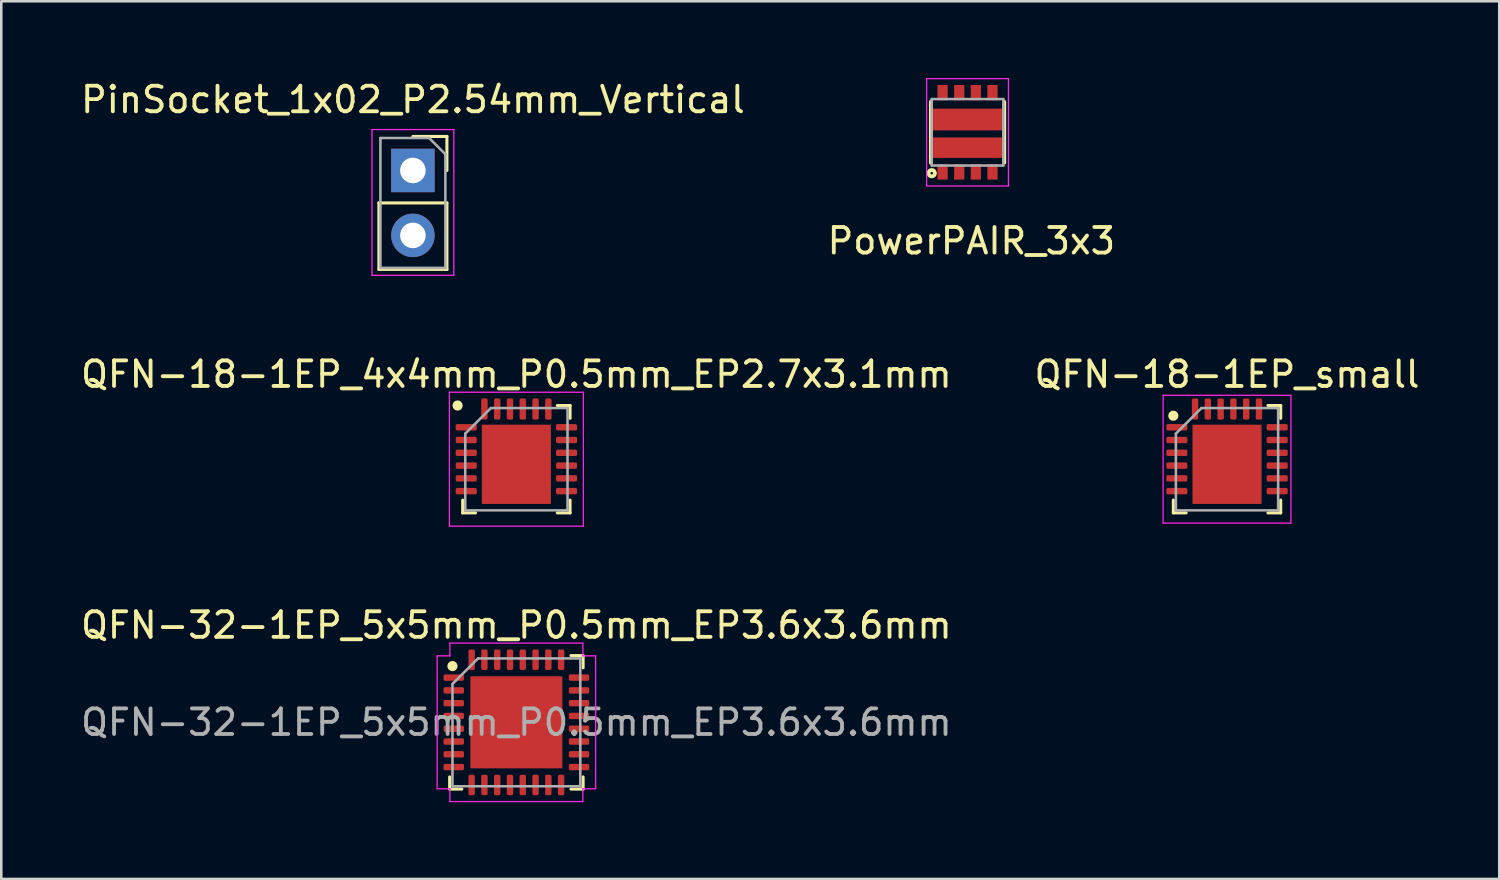
<source format=kicad_pcb>
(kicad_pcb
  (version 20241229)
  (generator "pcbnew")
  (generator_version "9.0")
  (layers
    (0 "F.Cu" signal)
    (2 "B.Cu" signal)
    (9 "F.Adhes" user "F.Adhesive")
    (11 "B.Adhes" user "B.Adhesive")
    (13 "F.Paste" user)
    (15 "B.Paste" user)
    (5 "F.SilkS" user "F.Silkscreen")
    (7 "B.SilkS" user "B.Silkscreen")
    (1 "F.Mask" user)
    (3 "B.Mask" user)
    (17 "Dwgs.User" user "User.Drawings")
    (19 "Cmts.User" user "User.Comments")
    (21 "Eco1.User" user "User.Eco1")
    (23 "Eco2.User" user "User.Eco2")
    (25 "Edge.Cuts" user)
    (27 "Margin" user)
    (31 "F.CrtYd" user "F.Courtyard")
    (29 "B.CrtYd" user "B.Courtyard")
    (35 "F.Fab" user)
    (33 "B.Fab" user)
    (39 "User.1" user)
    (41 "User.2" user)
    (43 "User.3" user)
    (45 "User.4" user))
  (footprint "QFN-32-1EP_5x5mm_P0.5mm_EP3.6x3.6mm"
    (layer "F.Cu")
    (at 17.149 25.205)
    (property "Reference" "QFN-32-1EP_5x5mm_P0.5mm_EP3.6x3.6mm" (at 0 -3.8 0) (layer "F.SilkS") (effects (font (size 1 1) (thickness 0.15))))
    (attr smd)
    (fp_line (start -2.61 2.61) (end -2.61 2.135) (stroke (width 0.12) (type solid)) (layer "F.SilkS"))
    (fp_line (start -2.135 2.61) (end -2.61 2.61) (stroke (width 0.12) (type solid)) (layer "F.SilkS"))
    (fp_line (start 2.135 -2.61) (end 2.61 -2.61) (stroke (width 0.12) (type solid)) (layer "F.SilkS"))
    (fp_line (start 2.135 2.61) (end 2.61 2.61) (stroke (width 0.12) (type solid)) (layer "F.SilkS"))
    (fp_line (start 2.61 -2.61) (end 2.61 -2.135) (stroke (width 0.12) (type solid)) (layer "F.SilkS"))
    (fp_line (start 2.61 2.61) (end 2.61 2.135) (stroke (width 0.12) (type solid)) (layer "F.SilkS"))
    (fp_circle (center -2.5 -2.2) (end -2.4 -2.2) (stroke (width 0.2) (type solid)) (fill no) (layer "F.SilkS"))
    (fp_line (start -3.1 -2.6) (end -3.1 2.6) (stroke (width 0.05) (type solid)) (layer "F.CrtYd"))
    (fp_line (start -3.1 -2.6) (end -2.6 -2.6) (stroke (width 0.05) (type solid)) (layer "F.CrtYd"))
    (fp_line (start -2.6 -3.1) (end -2.6 -2.6) (stroke (width 0.05) (type solid)) (layer "F.CrtYd"))
    (fp_line (start -2.6 2.6) (end -3.1 2.6) (stroke (width 0.05) (type solid)) (layer "F.CrtYd"))
    (fp_line (start -2.6 3.1) (end -2.6 2.6) (stroke (width 0.05) (type solid)) (layer "F.CrtYd"))
    (fp_line (start -2.6 3.1) (end 2.6 3.1) (stroke (width 0.05) (type solid)) (layer "F.CrtYd"))
    (fp_line (start 2.6 -3.1) (end -2.6 -3.1) (stroke (width 0.05) (type solid)) (layer "F.CrtYd"))
    (fp_line (start 2.6 -3.1) (end 2.6 -2.6) (stroke (width 0.05) (type solid)) (layer "F.CrtYd"))
    (fp_line (start 2.6 3.1) (end 2.6 2.6) (stroke (width 0.05) (type solid)) (layer "F.CrtYd"))
    (fp_line (start 3.1 -2.6) (end 2.6 -2.6) (stroke (width 0.05) (type solid)) (layer "F.CrtYd"))
    (fp_line (start 3.1 2.6) (end 2.6 2.6) (stroke (width 0.05) (type solid)) (layer "F.CrtYd"))
    (fp_line (start 3.1 2.6) (end 3.1 -2.6) (stroke (width 0.05) (type solid)) (layer "F.CrtYd"))
    (fp_line (start -2.5 -1.5) (end -1.5 -2.5) (stroke (width 0.1) (type solid)) (layer "F.Fab"))
    (fp_line (start -2.5 2.5) (end -2.5 -1.5) (stroke (width 0.1) (type solid)) (layer "F.Fab"))
    (fp_line (start -1.5 -2.5) (end 2.5 -2.5) (stroke (width 0.1) (type solid)) (layer "F.Fab"))
    (fp_line (start 2.5 -2.5) (end 2.5 2.5) (stroke (width 0.1) (type solid)) (layer "F.Fab"))
    (fp_line (start 2.5 2.5) (end -2.5 2.5) (stroke (width 0.1) (type solid)) (layer "F.Fab"))
    (fp_text user "${REFERENCE}" (at 0 0 0) (layer "F.Fab") (effects (font (size 1 1) (thickness 0.15))))
    (pad "" smd roundrect (at -1.2 -1.2) (size 0.97 0.97) (layers "F.Paste") (roundrect_rratio 0.25))
    (pad "" smd roundrect (at -1.2 0) (size 0.97 0.97) (layers "F.Paste") (roundrect_rratio 0.25))
    (pad "" smd roundrect (at -1.2 1.2) (size 0.97 0.97) (layers "F.Paste") (roundrect_rratio 0.25))
    (pad "" smd roundrect (at 0 -1.2) (size 0.97 0.97) (layers "F.Paste") (roundrect_rratio 0.25))
    (pad "" smd roundrect (at 0 0) (size 0.97 0.97) (layers "F.Paste") (roundrect_rratio 0.25))
    (pad "" smd roundrect (at 0 1.2) (size 0.97 0.97) (layers "F.Paste") (roundrect_rratio 0.25))
    (pad "" smd roundrect (at 1.2 -1.2) (size 0.97 0.97) (layers "F.Paste") (roundrect_rratio 0.25))
    (pad "" smd roundrect (at 1.2 0) (size 0.97 0.97) (layers "F.Paste") (roundrect_rratio 0.25))
    (pad "" smd roundrect (at 1.2 1.2) (size 0.97 0.97) (layers "F.Paste") (roundrect_rratio 0.25))
    (pad "1" smd roundrect (at -2.45 -1.75) (size 0.8 0.25) (layers "F.Cu" "F.Mask" "F.Paste") (roundrect_rratio 0.25))
    (pad "2" smd roundrect (at -2.45 -1.25) (size 0.8 0.25) (layers "F.Cu" "F.Mask" "F.Paste") (roundrect_rratio 0.25))
    (pad "3" smd roundrect (at -2.45 -0.75) (size 0.8 0.25) (layers "F.Cu" "F.Mask" "F.Paste") (roundrect_rratio 0.25))
    (pad "4" smd roundrect (at -2.45 -0.25) (size 0.8 0.25) (layers "F.Cu" "F.Mask" "F.Paste") (roundrect_rratio 0.25))
    (pad "5" smd roundrect (at -2.45 0.25) (size 0.8 0.25) (layers "F.Cu" "F.Mask" "F.Paste") (roundrect_rratio 0.25))
    (pad "6" smd roundrect (at -2.45 0.75) (size 0.8 0.25) (layers "F.Cu" "F.Mask" "F.Paste") (roundrect_rratio 0.25))
    (pad "7" smd roundrect (at -2.45 1.25) (size 0.8 0.25) (layers "F.Cu" "F.Mask" "F.Paste") (roundrect_rratio 0.25))
    (pad "8" smd roundrect (at -2.45 1.75) (size 0.8 0.25) (layers "F.Cu" "F.Mask" "F.Paste") (roundrect_rratio 0.25))
    (pad "9" smd roundrect (at -1.75 2.45) (size 0.25 0.8) (layers "F.Cu" "F.Mask" "F.Paste") (roundrect_rratio 0.25))
    (pad "10" smd roundrect (at -1.25 2.45) (size 0.25 0.8) (layers "F.Cu" "F.Mask" "F.Paste") (roundrect_rratio 0.25))
    (pad "11" smd roundrect (at -0.75 2.45) (size 0.25 0.8) (layers "F.Cu" "F.Mask" "F.Paste") (roundrect_rratio 0.25))
    (pad "12" smd roundrect (at -0.25 2.45) (size 0.25 0.8) (layers "F.Cu" "F.Mask" "F.Paste") (roundrect_rratio 0.25))
    (pad "13" smd roundrect (at 0.25 2.45) (size 0.25 0.8) (layers "F.Cu" "F.Mask" "F.Paste") (roundrect_rratio 0.25))
    (pad "14" smd roundrect (at 0.75 2.45) (size 0.25 0.8) (layers "F.Cu" "F.Mask" "F.Paste") (roundrect_rratio 0.25))
    (pad "15" smd roundrect (at 1.25 2.45) (size 0.25 0.8) (layers "F.Cu" "F.Mask" "F.Paste") (roundrect_rratio 0.25))
    (pad "16" smd roundrect (at 1.75 2.45) (size 0.25 0.8) (layers "F.Cu" "F.Mask" "F.Paste") (roundrect_rratio 0.25))
    (pad "17" smd roundrect (at 2.45 1.75) (size 0.8 0.25) (layers "F.Cu" "F.Mask" "F.Paste") (roundrect_rratio 0.25))
    (pad "18" smd roundrect (at 2.45 1.25) (size 0.8 0.25) (layers "F.Cu" "F.Mask" "F.Paste") (roundrect_rratio 0.25))
    (pad "19" smd roundrect (at 2.45 0.75) (size 0.8 0.25) (layers "F.Cu" "F.Mask" "F.Paste") (roundrect_rratio 0.25))
    (pad "20" smd roundrect (at 2.45 0.25) (size 0.8 0.25) (layers "F.Cu" "F.Mask" "F.Paste") (roundrect_rratio 0.25))
    (pad "21" smd roundrect (at 2.45 -0.25) (size 0.8 0.25) (layers "F.Cu" "F.Mask" "F.Paste") (roundrect_rratio 0.25))
    (pad "22" smd roundrect (at 2.45 -0.75) (size 0.8 0.25) (layers "F.Cu" "F.Mask" "F.Paste") (roundrect_rratio 0.25))
    (pad "23" smd roundrect (at 2.45 -1.25) (size 0.8 0.25) (layers "F.Cu" "F.Mask" "F.Paste") (roundrect_rratio 0.25))
    (pad "24" smd roundrect (at 2.45 -1.75) (size 0.8 0.25) (layers "F.Cu" "F.Mask" "F.Paste") (roundrect_rratio 0.25))
    (pad "25" smd roundrect (at 1.75 -2.45) (size 0.25 0.8) (layers "F.Cu" "F.Mask" "F.Paste") (roundrect_rratio 0.25))
    (pad "26" smd roundrect (at 1.25 -2.45) (size 0.25 0.8) (layers "F.Cu" "F.Mask" "F.Paste") (roundrect_rratio 0.25))
    (pad "27" smd roundrect (at 0.75 -2.45) (size 0.25 0.8) (layers "F.Cu" "F.Mask" "F.Paste") (roundrect_rratio 0.25))
    (pad "28" smd roundrect (at 0.25 -2.45) (size 0.25 0.8) (layers "F.Cu" "F.Mask" "F.Paste") (roundrect_rratio 0.25))
    (pad "29" smd roundrect (at -0.25 -2.45) (size 0.25 0.8) (layers "F.Cu" "F.Mask" "F.Paste") (roundrect_rratio 0.25))
    (pad "30" smd roundrect (at -0.75 -2.45) (size 0.25 0.8) (layers "F.Cu" "F.Mask" "F.Paste") (roundrect_rratio 0.25))
    (pad "31" smd roundrect (at -1.25 -2.45) (size 0.25 0.8) (layers "F.Cu" "F.Mask" "F.Paste") (roundrect_rratio 0.25))
    (pad "32" smd roundrect (at -1.75 -2.45) (size 0.25 0.8) (layers "F.Cu" "F.Mask" "F.Paste") (roundrect_rratio 0.25))
    (pad "EP" smd rect (at 0 0) (size 3.6 3.6) (layers "F.Cu" "F.Mask" "F.Paste")))
  (footprint "PowerPAIR_3x3"
    (layer "F.Cu")
    (at 34.796 2.125)
    (property "Reference" "PowerPAIR_3x3" (at 0.15 4.25 180) (layer "F.SilkS") (effects (font (size 1 1) (thickness 0.15))))
    (attr smd)
    (fp_line (start -1.45 1.2) (end -1.45 -1.2) (stroke (width 0.12) (type solid)) (layer "F.SilkS"))
    (fp_line (start 1.45 -1.2) (end 1.45 1.2) (stroke (width 0.12) (type solid)) (layer "F.SilkS"))
    (fp_circle (center -1.4 1.6) (end -1.35 1.6) (stroke (width 0.15) (type solid)) (fill no) (layer "F.SilkS"))
    (fp_line (start -1.6 -2.1) (end 1.6 -2.1) (stroke (width 0.05) (type solid)) (layer "F.CrtYd"))
    (fp_line (start -1.6 2.1) (end -1.6 -2.1) (stroke (width 0.05) (type solid)) (layer "F.CrtYd"))
    (fp_line (start 1.6 -2.1) (end 1.6 2.1) (stroke (width 0.05) (type solid)) (layer "F.CrtYd"))
    (fp_line (start 1.6 2.1) (end -1.6 2.1) (stroke (width 0.05) (type solid)) (layer "F.CrtYd"))
    (fp_line (start -1.4 1.3) (end -1.4 -1.3) (stroke (width 0.1) (type solid)) (layer "F.Fab"))
    (fp_line (start 1.4 -1.3) (end -1.4 -1.3) (stroke (width 0.1) (type solid)) (layer "F.Fab"))
    (fp_line (start 1.4 -1.3) (end 1.4 1.3) (stroke (width 0.1) (type solid)) (layer "F.Fab"))
    (fp_line (start 1.4 1.3) (end -1.4 1.3) (stroke (width 0.1) (type solid)) (layer "F.Fab"))
    (pad "1" smd rect (at -0.975 1.55) (size 0.4 0.6) (layers "F.Cu" "F.Mask" "F.Paste"))
    (pad "2" smd rect (at -0.325 1.55) (size 0.4 0.6) (layers "F.Cu" "F.Mask" "F.Paste"))
    (pad "3" smd rect (at 0.325 1.55) (size 0.4 0.6) (layers "F.Cu" "F.Mask" "F.Paste"))
    (pad "4" smd rect (at 0.975 1.55) (size 0.4 0.6) (layers "F.Cu" "F.Mask" "F.Paste"))
    (pad "5" smd rect (at 0.975 -1.55) (size 0.4 0.6) (layers "F.Cu" "F.Mask" "F.Paste"))
    (pad "6" smd rect (at 0.325 -1.55) (size 0.4 0.6) (layers "F.Cu" "F.Mask" "F.Paste"))
    (pad "7" smd rect (at -0.325 -1.55) (size 0.4 0.6) (layers "F.Cu" "F.Mask" "F.Paste"))
    (pad "8" smd rect (at -0.975 -1.55) (size 0.4 0.6) (layers "F.Cu" "F.Mask" "F.Paste"))
    (pad "9" smd rect (at 0 -0.5) (size 2.7 0.85) (layers "F.Cu" "F.Mask" "F.Paste"))
    (pad "10" smd rect (at 0 0.6) (size 2.7 0.8) (layers "F.Cu" "F.Mask" "F.Paste")))
  (footprint "QFN-18-1EP_small"
    (layer "F.Cu")
    (at 44.946 14.912)
    (property "Reference" "QFN-18-1EP_small" (at 0 -3.32 0) (layer "F.SilkS") (effects (font (size 1 1) (thickness 0.15))))
    (attr smd)
    (fp_line (start -2.1 2.1) (end -2.1 1.6) (stroke (width 0.12) (type solid)) (layer "F.SilkS"))
    (fp_line (start -1.6 2.1) (end -2.1 2.1) (stroke (width 0.12) (type solid)) (layer "F.SilkS"))
    (fp_line (start 1.6 -2.1) (end 2.1 -2.1) (stroke (width 0.12) (type solid)) (layer "F.SilkS"))
    (fp_line (start 1.6 2.1) (end 2.1 2.1) (stroke (width 0.12) (type solid)) (layer "F.SilkS"))
    (fp_line (start 2.1 -2.1) (end 2.1 -1.6) (stroke (width 0.12) (type solid)) (layer "F.SilkS"))
    (fp_line (start 2.1 2.1) (end 2.1 1.6) (stroke (width 0.12) (type solid)) (layer "F.SilkS"))
    (fp_circle (center -2.1 -1.7) (end -2 -1.7) (stroke (width 0.2) (type solid)) (fill no) (layer "F.SilkS"))
    (fp_line (start -2.5 -2.5) (end -2.5 2.5) (stroke (width 0.05) (type solid)) (layer "F.CrtYd"))
    (fp_line (start -2.5 2.5) (end 2.5 2.5) (stroke (width 0.05) (type solid)) (layer "F.CrtYd"))
    (fp_line (start 2.5 -2.5) (end -2.5 -2.5) (stroke (width 0.05) (type solid)) (layer "F.CrtYd"))
    (fp_line (start 2.5 2.5) (end 2.5 -2.5) (stroke (width 0.05) (type solid)) (layer "F.CrtYd"))
    (fp_line (start -2 -1) (end -1 -2) (stroke (width 0.1) (type solid)) (layer "F.Fab"))
    (fp_line (start -2 2) (end -2 -1) (stroke (width 0.1) (type solid)) (layer "F.Fab"))
    (fp_line (start -1 -2) (end 2 -2) (stroke (width 0.1) (type solid)) (layer "F.Fab"))
    (fp_line (start 2 -2) (end 2 2) (stroke (width 0.1) (type solid)) (layer "F.Fab"))
    (fp_line (start 2 2) (end -2 2) (stroke (width 0.1) (type solid)) (layer "F.Fab"))
    (pad "" smd roundrect (at -0.675 -0.675) (size 1.09 1.09) (layers "F.Paste") (roundrect_rratio 0.229))
    (pad "" smd roundrect (at -0.675 0.675) (size 1.09 1.09) (layers "F.Paste") (roundrect_rratio 0.229))
    (pad "" smd roundrect (at 0.675 -0.675) (size 1.09 1.09) (layers "F.Paste") (roundrect_rratio 0.229))
    (pad "" smd roundrect (at 0.675 0.675) (size 1.09 1.09) (layers "F.Paste") (roundrect_rratio 0.229))
    (pad "1" smd roundrect (at -1.962 -1.25) (size 0.825 0.25) (layers "F.Cu" "F.Mask" "F.Paste") (roundrect_rratio 0.25))
    (pad "2" smd roundrect (at -1.962 -0.75) (size 0.825 0.25) (layers "F.Cu" "F.Mask" "F.Paste") (roundrect_rratio 0.25))
    (pad "3" smd roundrect (at -1.962 -0.25) (size 0.825 0.25) (layers "F.Cu" "F.Mask" "F.Paste") (roundrect_rratio 0.25))
    (pad "4" smd roundrect (at -1.962 0.25) (size 0.825 0.25) (layers "F.Cu" "F.Mask" "F.Paste") (roundrect_rratio 0.25))
    (pad "5" smd roundrect (at -1.962 0.75) (size 0.825 0.25) (layers "F.Cu" "F.Mask" "F.Paste") (roundrect_rratio 0.25))
    (pad "6" smd roundrect (at -1.962 1.25) (size 0.825 0.25) (layers "F.Cu" "F.Mask" "F.Paste") (roundrect_rratio 0.25))
    (pad "7" smd roundrect (at 1.962 1.25) (size 0.825 0.25) (layers "F.Cu" "F.Mask" "F.Paste") (roundrect_rratio 0.25))
    (pad "8" smd roundrect (at 1.962 0.75) (size 0.825 0.25) (layers "F.Cu" "F.Mask" "F.Paste") (roundrect_rratio 0.25))
    (pad "9" smd roundrect (at 1.962 0.25) (size 0.825 0.25) (layers "F.Cu" "F.Mask" "F.Paste") (roundrect_rratio 0.25))
    (pad "10" smd roundrect (at 1.962 -0.25) (size 0.825 0.25) (layers "F.Cu" "F.Mask" "F.Paste") (roundrect_rratio 0.25))
    (pad "11" smd roundrect (at 1.962 -0.75) (size 0.825 0.25) (layers "F.Cu" "F.Mask" "F.Paste") (roundrect_rratio 0.25))
    (pad "12" smd roundrect (at 1.962 -1.25) (size 0.825 0.25) (layers "F.Cu" "F.Mask" "F.Paste") (roundrect_rratio 0.25))
    (pad "13" smd roundrect (at 1.25 -1.962) (size 0.25 0.825) (layers "F.Cu" "F.Mask" "F.Paste") (roundrect_rratio 0.25))
    (pad "14" smd roundrect (at 0.75 -1.962) (size 0.25 0.825) (layers "F.Cu" "F.Mask" "F.Paste") (roundrect_rratio 0.25))
    (pad "15" smd roundrect (at 0.25 -1.962) (size 0.25 0.825) (layers "F.Cu" "F.Mask" "F.Paste") (roundrect_rratio 0.25))
    (pad "16" smd roundrect (at -0.25 -1.962) (size 0.25 0.825) (layers "F.Cu" "F.Mask" "F.Paste") (roundrect_rratio 0.25))
    (pad "17" smd roundrect (at -0.75 -1.962) (size 0.25 0.825) (layers "F.Cu" "F.Mask" "F.Paste") (roundrect_rratio 0.25))
    (pad "18" smd roundrect (at -1.25 -1.962) (size 0.25 0.825) (layers "F.Cu" "F.Mask" "F.Paste") (roundrect_rratio 0.25))
    (pad "EP" smd rect (at 0 0.2) (size 2.7 3.1) (layers "F.Cu" "F.Mask")))
  (footprint "QFN-18-1EP_4x4mm_P0.5mm_EP2.7x3.1mm"
    (layer "F.Cu")
    (at 17.149 14.912)
    (property "Reference" "QFN-18-1EP_4x4mm_P0.5mm_EP2.7x3.1mm" (at 0 -3.32 0) (layer "F.SilkS") (effects (font (size 1 1) (thickness 0.15))))
    (attr smd)
    (fp_line (start -2.1 2.1) (end -2.1 1.6) (stroke (width 0.12) (type solid)) (layer "F.SilkS"))
    (fp_line (start -1.6 2.1) (end -2.1 2.1) (stroke (width 0.12) (type solid)) (layer "F.SilkS"))
    (fp_line (start 1.6 -2.1) (end 2.1 -2.1) (stroke (width 0.12) (type solid)) (layer "F.SilkS"))
    (fp_line (start 1.6 2.1) (end 2.1 2.1) (stroke (width 0.12) (type solid)) (layer "F.SilkS"))
    (fp_line (start 2.1 -2.1) (end 2.1 -1.6) (stroke (width 0.12) (type solid)) (layer "F.SilkS"))
    (fp_line (start 2.1 2.1) (end 2.1 1.6) (stroke (width 0.12) (type solid)) (layer "F.SilkS"))
    (fp_circle (center -2.3 -2.1) (end -2.2 -2.1) (stroke (width 0.2) (type solid)) (fill no) (layer "F.SilkS"))
    (fp_line (start -2.62 -2.62) (end -2.62 2.62) (stroke (width 0.05) (type solid)) (layer "F.CrtYd"))
    (fp_line (start -2.62 2.62) (end 2.62 2.62) (stroke (width 0.05) (type solid)) (layer "F.CrtYd"))
    (fp_line (start 2.62 -2.62) (end -2.62 -2.62) (stroke (width 0.05) (type solid)) (layer "F.CrtYd"))
    (fp_line (start 2.62 2.62) (end 2.62 -2.62) (stroke (width 0.05) (type solid)) (layer "F.CrtYd"))
    (fp_line (start -2 -1) (end -1 -2) (stroke (width 0.1) (type solid)) (layer "F.Fab"))
    (fp_line (start -2 2) (end -2 -1) (stroke (width 0.1) (type solid)) (layer "F.Fab"))
    (fp_line (start -1 -2) (end 2 -2) (stroke (width 0.1) (type solid)) (layer "F.Fab"))
    (fp_line (start 2 -2) (end 2 2) (stroke (width 0.1) (type solid)) (layer "F.Fab"))
    (fp_line (start 2 2) (end -2 2) (stroke (width 0.1) (type solid)) (layer "F.Fab"))
    (pad "" smd roundrect (at -0.675 -0.675) (size 1.09 1.09) (layers "F.Paste") (roundrect_rratio 0.229))
    (pad "" smd roundrect (at -0.675 0.675) (size 1.09 1.09) (layers "F.Paste") (roundrect_rratio 0.229))
    (pad "" smd roundrect (at 0.675 -0.675) (size 1.09 1.09) (layers "F.Paste") (roundrect_rratio 0.229))
    (pad "" smd roundrect (at 0.675 0.675) (size 1.09 1.09) (layers "F.Paste") (roundrect_rratio 0.229))
    (pad "1" smd roundrect (at -1.962 -1.25) (size 0.825 0.25) (layers "F.Cu" "F.Mask" "F.Paste") (roundrect_rratio 0.25))
    (pad "2" smd roundrect (at -1.962 -0.75) (size 0.825 0.25) (layers "F.Cu" "F.Mask" "F.Paste") (roundrect_rratio 0.25))
    (pad "3" smd roundrect (at -1.962 -0.25) (size 0.825 0.25) (layers "F.Cu" "F.Mask" "F.Paste") (roundrect_rratio 0.25))
    (pad "4" smd roundrect (at -1.962 0.25) (size 0.825 0.25) (layers "F.Cu" "F.Mask" "F.Paste") (roundrect_rratio 0.25))
    (pad "5" smd roundrect (at -1.962 0.75) (size 0.825 0.25) (layers "F.Cu" "F.Mask" "F.Paste") (roundrect_rratio 0.25))
    (pad "6" smd roundrect (at -1.962 1.25) (size 0.825 0.25) (layers "F.Cu" "F.Mask" "F.Paste") (roundrect_rratio 0.25))
    (pad "7" smd roundrect (at 1.962 1.25) (size 0.825 0.25) (layers "F.Cu" "F.Mask" "F.Paste") (roundrect_rratio 0.25))
    (pad "8" smd roundrect (at 1.962 0.75) (size 0.825 0.25) (layers "F.Cu" "F.Mask" "F.Paste") (roundrect_rratio 0.25))
    (pad "9" smd roundrect (at 1.962 0.25) (size 0.825 0.25) (layers "F.Cu" "F.Mask" "F.Paste") (roundrect_rratio 0.25))
    (pad "10" smd roundrect (at 1.962 -0.25) (size 0.825 0.25) (layers "F.Cu" "F.Mask" "F.Paste") (roundrect_rratio 0.25))
    (pad "11" smd roundrect (at 1.962 -0.75) (size 0.825 0.25) (layers "F.Cu" "F.Mask" "F.Paste") (roundrect_rratio 0.25))
    (pad "12" smd roundrect (at 1.962 -1.25) (size 0.825 0.25) (layers "F.Cu" "F.Mask" "F.Paste") (roundrect_rratio 0.25))
    (pad "13" smd roundrect (at 1.25 -1.962) (size 0.25 0.825) (layers "F.Cu" "F.Mask" "F.Paste") (roundrect_rratio 0.25))
    (pad "14" smd roundrect (at 0.75 -1.962) (size 0.25 0.825) (layers "F.Cu" "F.Mask" "F.Paste") (roundrect_rratio 0.25))
    (pad "15" smd roundrect (at 0.25 -1.962) (size 0.25 0.825) (layers "F.Cu" "F.Mask" "F.Paste") (roundrect_rratio 0.25))
    (pad "16" smd roundrect (at -0.25 -1.962) (size 0.25 0.825) (layers "F.Cu" "F.Mask" "F.Paste") (roundrect_rratio 0.25))
    (pad "17" smd roundrect (at -0.75 -1.962) (size 0.25 0.825) (layers "F.Cu" "F.Mask" "F.Paste") (roundrect_rratio 0.25))
    (pad "18" smd roundrect (at -1.25 -1.962) (size 0.25 0.825) (layers "F.Cu" "F.Mask" "F.Paste") (roundrect_rratio 0.25))
    (pad "EP" smd rect (at 0 0.2) (size 2.7 3.1) (layers "F.Cu" "F.Mask")))
  (footprint "PinSocket_1x02_P2.54mm_Vertical"
    (layer "F.Cu")
    (at 13.101 3.618)
    (property "Reference" "PinSocket_1x02_P2.54mm_Vertical" (at 0 -2.77 0) (layer "F.SilkS") (effects (font (size 1 1) (thickness 0.15))))
    (attr through_hole)
    (fp_line (start -1.33 1.27) (end -1.33 3.87) (stroke (width 0.12) (type solid)) (layer "F.SilkS"))
    (fp_line (start -1.33 1.27) (end 1.33 1.27) (stroke (width 0.12) (type solid)) (layer "F.SilkS"))
    (fp_line (start -1.33 3.87) (end 1.33 3.87) (stroke (width 0.12) (type solid)) (layer "F.SilkS"))
    (fp_line (start 0 -1.33) (end 1.33 -1.33) (stroke (width 0.12) (type solid)) (layer "F.SilkS"))
    (fp_line (start 1.33 -1.33) (end 1.33 0) (stroke (width 0.12) (type solid)) (layer "F.SilkS"))
    (fp_line (start 1.33 1.27) (end 1.33 3.87) (stroke (width 0.12) (type solid)) (layer "F.SilkS"))
    (fp_line (start -1.6 -1.6) (end 1.6 -1.6) (stroke (width 0.05) (type solid)) (layer "F.CrtYd"))
    (fp_line (start -1.6 4.1) (end -1.6 -1.6) (stroke (width 0.05) (type solid)) (layer "F.CrtYd"))
    (fp_line (start 1.6 -1.6) (end 1.6 4.1) (stroke (width 0.05) (type solid)) (layer "F.CrtYd"))
    (fp_line (start 1.6 4.1) (end -1.6 4.1) (stroke (width 0.05) (type solid)) (layer "F.CrtYd"))
    (fp_line (start -1.27 -1.27) (end 0.635 -1.27) (stroke (width 0.1) (type solid)) (layer "F.Fab"))
    (fp_line (start -1.27 3.81) (end -1.27 -1.27) (stroke (width 0.1) (type solid)) (layer "F.Fab"))
    (fp_line (start 0.635 -1.27) (end 1.27 -0.635) (stroke (width 0.1) (type solid)) (layer "F.Fab"))
    (fp_line (start 1.27 -0.635) (end 1.27 3.81) (stroke (width 0.1) (type solid)) (layer "F.Fab"))
    (fp_line (start 1.27 3.81) (end -1.27 3.81) (stroke (width 0.1) (type solid)) (layer "F.Fab"))
    (pad "1" thru_hole rect (at 0 0) (size 1.7 1.7) (drill 1) (layers "*.Cu" "*.Mask"))
    (pad "2" thru_hole oval (at 0 2.54) (size 1.7 1.7) (drill 1) (layers "*.Cu" "*.Mask")))
  (gr_rect
    (start -3 -3)
    (end 55.595 31.33)
    (stroke (width 0.1) (type default))
    (fill no)
    (layer "Edge.Cuts")))
</source>
